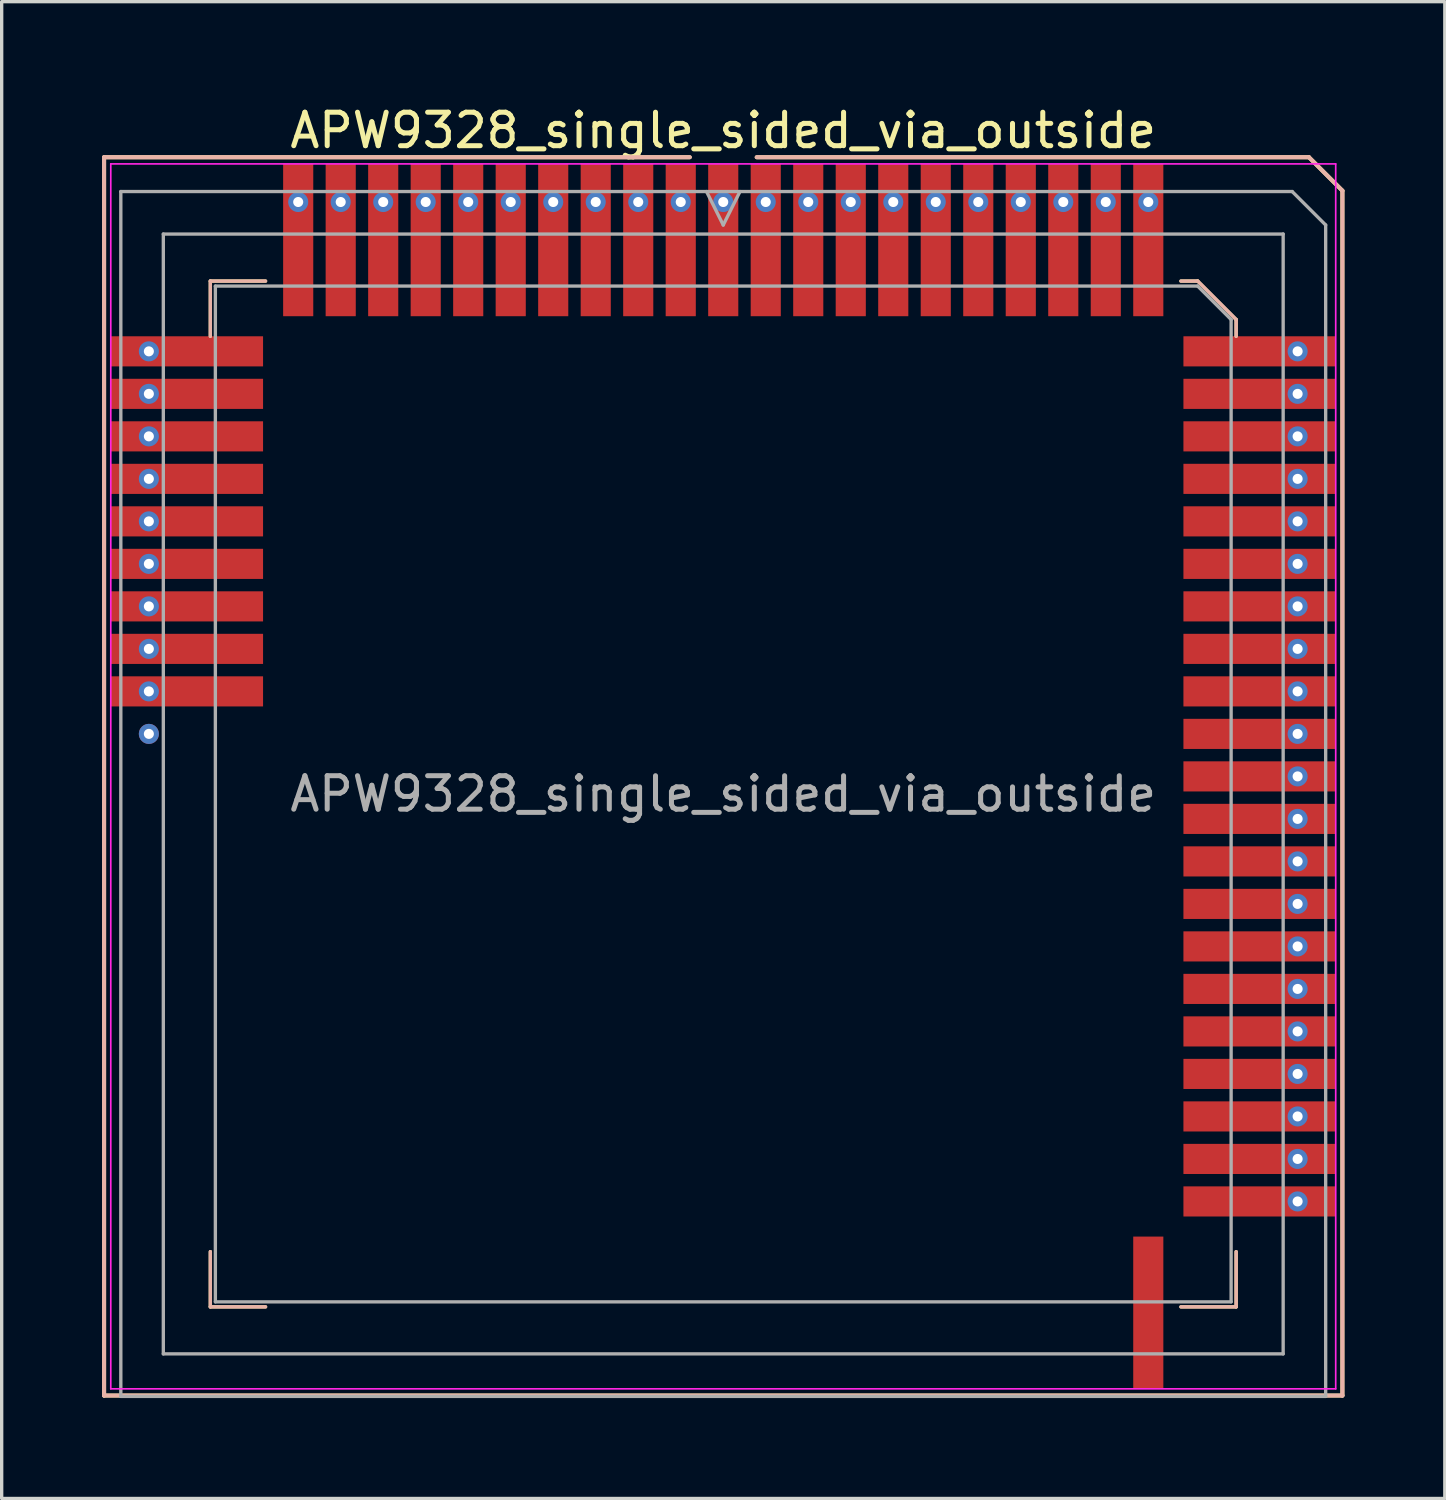
<source format=kicad_pcb>
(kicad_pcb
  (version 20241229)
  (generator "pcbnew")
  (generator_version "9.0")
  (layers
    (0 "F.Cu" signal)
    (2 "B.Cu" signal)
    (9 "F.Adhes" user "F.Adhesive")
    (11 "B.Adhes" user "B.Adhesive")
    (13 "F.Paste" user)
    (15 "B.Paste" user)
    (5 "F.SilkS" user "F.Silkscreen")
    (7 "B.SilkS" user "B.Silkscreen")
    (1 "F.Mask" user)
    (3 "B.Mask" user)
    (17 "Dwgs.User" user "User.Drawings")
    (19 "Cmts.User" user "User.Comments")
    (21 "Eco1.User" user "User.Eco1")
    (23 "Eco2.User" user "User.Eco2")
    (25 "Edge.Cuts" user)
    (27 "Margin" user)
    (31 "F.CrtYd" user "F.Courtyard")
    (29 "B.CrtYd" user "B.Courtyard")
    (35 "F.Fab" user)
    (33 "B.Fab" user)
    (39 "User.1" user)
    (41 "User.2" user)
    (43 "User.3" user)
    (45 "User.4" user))
  (footprint "APW9328_single_sided_via_outside"
    (layer "F.Cu")
    (at 18.56 20.148)
    (property "Reference" "APW9328_single_sided_via_outside" (at 0 -19.3 180) (layer "F.SilkS") (effects (font (size 1 1) (thickness 0.15))))
    (attr smd)
    (fp_line (start -18.5 -18.5) (end -1 -18.5) (stroke (width 0.12) (type solid)) (layer "F.SilkS"))
    (fp_line (start -18.5 18.5) (end -18.5 -18.5) (stroke (width 0.12) (type solid)) (layer "F.SilkS"))
    (fp_line (start -15.325 -14.8) (end -15.325 -13.15) (stroke (width 0.1) (type solid)) (layer "F.SilkS"))
    (fp_line (start -15.325 15.85) (end -15.325 14.2) (stroke (width 0.1) (type solid)) (layer "F.SilkS"))
    (fp_line (start -13.675 -14.8) (end -15.325 -14.8) (stroke (width 0.1) (type solid)) (layer "F.SilkS"))
    (fp_line (start -13.675 15.85) (end -15.325 15.85) (stroke (width 0.1) (type solid)) (layer "F.SilkS"))
    (fp_line (start 1 -18.5) (end 17.5 -18.5) (stroke (width 0.12) (type solid)) (layer "F.SilkS"))
    (fp_line (start 13.675 -14.8) (end 14.175 -14.8) (stroke (width 0.1) (type solid)) (layer "F.SilkS"))
    (fp_line (start 13.675 15.85) (end 15.325 15.85) (stroke (width 0.1) (type solid)) (layer "F.SilkS"))
    (fp_line (start 14.175 -14.8) (end 15.325 -13.65) (stroke (width 0.1) (type solid)) (layer "F.SilkS"))
    (fp_line (start 15.325 -13.65) (end 15.325 -13.15) (stroke (width 0.1) (type solid)) (layer "F.SilkS"))
    (fp_line (start 15.325 15.85) (end 15.325 14.2) (stroke (width 0.1) (type solid)) (layer "F.SilkS"))
    (fp_line (start 17.5 -18.5) (end 18.5 -17.5) (stroke (width 0.12) (type solid)) (layer "F.SilkS"))
    (fp_line (start 18.5 -17.5) (end 18.5 18.5) (stroke (width 0.12) (type solid)) (layer "F.SilkS"))
    (fp_line (start 18.5 18.5) (end -18.5 18.5) (stroke (width 0.12) (type solid)) (layer "F.SilkS"))
    (fp_line (start -18.5 -18.5) (end -1 -18.5) (stroke (width 0.12) (type solid)) (layer "B.SilkS"))
    (fp_line (start -18.5 18.5) (end -18.5 -18.5) (stroke (width 0.12) (type solid)) (layer "B.SilkS"))
    (fp_line (start -15.325 -14.8) (end -15.325 -13.15) (stroke (width 0.1) (type solid)) (layer "B.SilkS"))
    (fp_line (start -15.325 15.85) (end -15.325 14.2) (stroke (width 0.1) (type solid)) (layer "B.SilkS"))
    (fp_line (start -13.675 -14.8) (end -15.325 -14.8) (stroke (width 0.1) (type solid)) (layer "B.SilkS"))
    (fp_line (start -13.675 15.85) (end -15.325 15.85) (stroke (width 0.1) (type solid)) (layer "B.SilkS"))
    (fp_line (start 1 -18.5) (end 17.5 -18.5) (stroke (width 0.12) (type solid)) (layer "B.SilkS"))
    (fp_line (start 13.675 -14.8) (end 14.175 -14.8) (stroke (width 0.1) (type solid)) (layer "B.SilkS"))
    (fp_line (start 13.675 15.85) (end 15.325 15.85) (stroke (width 0.1) (type solid)) (layer "B.SilkS"))
    (fp_line (start 14.175 -14.8) (end 15.325 -13.65) (stroke (width 0.1) (type solid)) (layer "B.SilkS"))
    (fp_line (start 15.325 -13.65) (end 15.325 -13.15) (stroke (width 0.1) (type solid)) (layer "B.SilkS"))
    (fp_line (start 15.325 15.85) (end 15.325 14.2) (stroke (width 0.1) (type solid)) (layer "B.SilkS"))
    (fp_line (start 17.5 -18.5) (end 18.5 -17.5) (stroke (width 0.12) (type solid)) (layer "B.SilkS"))
    (fp_line (start 18.5 -17.5) (end 18.5 18.5) (stroke (width 0.12) (type solid)) (layer "B.SilkS"))
    (fp_line (start 18.5 18.5) (end -18.5 18.5) (stroke (width 0.12) (type solid)) (layer "B.SilkS"))
    (fp_line (start -18.3 -18.3) (end 18.3 -18.3) (stroke (width 0.05) (type solid)) (layer "F.CrtYd"))
    (fp_line (start -18.3 18.3) (end -18.3 -18.3) (stroke (width 0.05) (type solid)) (layer "F.CrtYd"))
    (fp_line (start 18.3 -18.3) (end 18.3 18.3) (stroke (width 0.05) (type solid)) (layer "F.CrtYd"))
    (fp_line (start 18.3 18.3) (end -18.3 18.3) (stroke (width 0.05) (type solid)) (layer "F.CrtYd"))
    (fp_line (start -18 -17.475) (end 17 -17.475) (stroke (width 0.1) (type solid)) (layer "F.Fab"))
    (fp_line (start -18 18.525) (end -18 -17.475) (stroke (width 0.1) (type solid)) (layer "F.Fab"))
    (fp_line (start -16.73 -16.205) (end 16.73 -16.205) (stroke (width 0.1) (type solid)) (layer "F.Fab"))
    (fp_line (start -16.73 17.255) (end -16.73 -16.205) (stroke (width 0.1) (type solid)) (layer "F.Fab"))
    (fp_line (start -15.175 -14.65) (end 14.175 -14.65) (stroke (width 0.1) (type solid)) (layer "F.Fab"))
    (fp_line (start -15.175 15.7) (end -15.175 -14.65) (stroke (width 0.1) (type solid)) (layer "F.Fab"))
    (fp_line (start 0 -16.475) (end -0.5 -17.475) (stroke (width 0.1) (type solid)) (layer "F.Fab"))
    (fp_line (start 0.5 -17.475) (end 0 -16.475) (stroke (width 0.1) (type solid)) (layer "F.Fab"))
    (fp_line (start 14.175 -14.65) (end 15.175 -13.65) (stroke (width 0.1) (type solid)) (layer "F.Fab"))
    (fp_line (start 15.175 -13.65) (end 15.175 15.7) (stroke (width 0.1) (type solid)) (layer "F.Fab"))
    (fp_line (start 15.175 15.7) (end -15.175 15.7) (stroke (width 0.1) (type solid)) (layer "F.Fab"))
    (fp_line (start 16.73 -16.205) (end 16.73 17.255) (stroke (width 0.1) (type solid)) (layer "F.Fab"))
    (fp_line (start 16.73 17.255) (end -16.73 17.255) (stroke (width 0.1) (type solid)) (layer "F.Fab"))
    (fp_line (start 17 -17.475) (end 18 -16.475) (stroke (width 0.1) (type solid)) (layer "F.Fab"))
    (fp_line (start 18 -16.475) (end 18 18.525) (stroke (width 0.1) (type solid)) (layer "F.Fab"))
    (fp_line (start 18 18.525) (end -18 18.525) (stroke (width 0.1) (type solid)) (layer "F.Fab"))
    (fp_text user "${REFERENCE}" (at 0 0.525 180) (layer "F.Fab") (effects (font (size 1 1) (thickness 0.15))))
    (pad "" thru_hole circle (at -17.162 -12.7) (size 0.6 0.6) (drill 0.3) (layers "*.Cu" "*.Mask"))
    (pad "" thru_hole circle (at -17.162 -11.43) (size 0.6 0.6) (drill 0.3) (layers "*.Cu" "*.Mask"))
    (pad "" thru_hole circle (at -17.162 -10.16) (size 0.6 0.6) (drill 0.3) (layers "*.Cu" "*.Mask"))
    (pad "" thru_hole circle (at -17.162 -8.89) (size 0.6 0.6) (drill 0.3) (layers "*.Cu" "*.Mask"))
    (pad "" thru_hole circle (at -17.162 -7.62) (size 0.6 0.6) (drill 0.3) (layers "*.Cu" "*.Mask"))
    (pad "" thru_hole circle (at -17.162 -6.35) (size 0.6 0.6) (drill 0.3) (layers "*.Cu" "*.Mask"))
    (pad "" thru_hole circle (at -17.162 -5.08) (size 0.6 0.6) (drill 0.3) (layers "*.Cu" "*.Mask"))
    (pad "" thru_hole circle (at -17.162 -3.81) (size 0.6 0.6) (drill 0.3) (layers "*.Cu" "*.Mask"))
    (pad "" thru_hole circle (at -17.162 -2.54) (size 0.6 0.6) (drill 0.3) (layers "*.Cu" "*.Mask"))
    (pad "" thru_hole circle (at -17.162 -1.27) (size 0.6 0.6) (drill 0.3) (layers "*.Cu" "*.Mask"))
    (pad "" thru_hole circle (at -12.7 -17.162) (size 0.6 0.6) (drill 0.3) (layers "*.Cu" "*.Mask"))
    (pad "" thru_hole circle (at -11.43 -17.162) (size 0.6 0.6) (drill 0.3) (layers "*.Cu" "*.Mask"))
    (pad "" thru_hole circle (at -10.16 -17.162) (size 0.6 0.6) (drill 0.3) (layers "*.Cu" "*.Mask"))
    (pad "" thru_hole circle (at -8.89 -17.162) (size 0.6 0.6) (drill 0.3) (layers "*.Cu" "*.Mask"))
    (pad "" thru_hole circle (at -7.62 -17.162) (size 0.6 0.6) (drill 0.3) (layers "*.Cu" "*.Mask"))
    (pad "" thru_hole circle (at -6.35 -17.162) (size 0.6 0.6) (drill 0.3) (layers "*.Cu" "*.Mask"))
    (pad "" thru_hole circle (at -5.08 -17.162) (size 0.6 0.6) (drill 0.3) (layers "*.Cu" "*.Mask"))
    (pad "" thru_hole circle (at -3.81 -17.162) (size 0.6 0.6) (drill 0.3) (layers "*.Cu" "*.Mask"))
    (pad "" thru_hole circle (at -2.54 -17.162) (size 0.6 0.6) (drill 0.3) (layers "*.Cu" "*.Mask"))
    (pad "" thru_hole circle (at -1.27 -17.162) (size 0.6 0.6) (drill 0.3) (layers "*.Cu" "*.Mask"))
    (pad "" thru_hole circle (at 0 -17.162) (size 0.6 0.6) (drill 0.3) (layers "*.Cu" "*.Mask"))
    (pad "" thru_hole circle (at 1.27 -17.162) (size 0.6 0.6) (drill 0.3) (layers "*.Cu" "*.Mask"))
    (pad "" thru_hole circle (at 2.54 -17.162) (size 0.6 0.6) (drill 0.3) (layers "*.Cu" "*.Mask"))
    (pad "" thru_hole circle (at 3.81 -17.162) (size 0.6 0.6) (drill 0.3) (layers "*.Cu" "*.Mask"))
    (pad "" thru_hole circle (at 5.08 -17.162) (size 0.6 0.6) (drill 0.3) (layers "*.Cu" "*.Mask"))
    (pad "" thru_hole circle (at 6.35 -17.162) (size 0.6 0.6) (drill 0.3) (layers "*.Cu" "*.Mask"))
    (pad "" thru_hole circle (at 7.62 -17.162) (size 0.6 0.6) (drill 0.3) (layers "*.Cu" "*.Mask"))
    (pad "" thru_hole circle (at 8.89 -17.162) (size 0.6 0.6) (drill 0.3) (layers "*.Cu" "*.Mask"))
    (pad "" thru_hole circle (at 10.16 -17.162) (size 0.6 0.6) (drill 0.3) (layers "*.Cu" "*.Mask"))
    (pad "" thru_hole circle (at 11.43 -17.162) (size 0.6 0.6) (drill 0.3) (layers "*.Cu" "*.Mask"))
    (pad "" thru_hole circle (at 12.7 -17.162) (size 0.6 0.6) (drill 0.3) (layers "*.Cu" "*.Mask"))
    (pad "" thru_hole circle (at 17.162 -12.7) (size 0.6 0.6) (drill 0.3) (layers "*.Cu" "*.Mask"))
    (pad "" thru_hole circle (at 17.162 -11.43) (size 0.6 0.6) (drill 0.3) (layers "*.Cu" "*.Mask"))
    (pad "" thru_hole circle (at 17.162 -10.16) (size 0.6 0.6) (drill 0.3) (layers "*.Cu" "*.Mask"))
    (pad "" thru_hole circle (at 17.162 -8.89) (size 0.6 0.6) (drill 0.3) (layers "*.Cu" "*.Mask"))
    (pad "" thru_hole circle (at 17.162 -7.62) (size 0.6 0.6) (drill 0.3) (layers "*.Cu" "*.Mask"))
    (pad "" thru_hole circle (at 17.162 -6.35) (size 0.6 0.6) (drill 0.3) (layers "*.Cu" "*.Mask"))
    (pad "" thru_hole circle (at 17.162 -5.08) (size 0.6 0.6) (drill 0.3) (layers "*.Cu" "*.Mask"))
    (pad "" thru_hole circle (at 17.162 -3.81) (size 0.6 0.6) (drill 0.3) (layers "*.Cu" "*.Mask"))
    (pad "" thru_hole circle (at 17.162 -2.54) (size 0.6 0.6) (drill 0.3) (layers "*.Cu" "*.Mask"))
    (pad "" thru_hole circle (at 17.162 -1.27) (size 0.6 0.6) (drill 0.3) (layers "*.Cu" "*.Mask"))
    (pad "" thru_hole circle (at 17.162 0) (size 0.6 0.6) (drill 0.3) (layers "*.Cu" "*.Mask"))
    (pad "" thru_hole circle (at 17.162 1.27) (size 0.6 0.6) (drill 0.3) (layers "*.Cu" "*.Mask"))
    (pad "" thru_hole circle (at 17.162 2.54) (size 0.6 0.6) (drill 0.3) (layers "*.Cu" "*.Mask"))
    (pad "" thru_hole circle (at 17.162 3.81) (size 0.6 0.6) (drill 0.3) (layers "*.Cu" "*.Mask"))
    (pad "" thru_hole circle (at 17.162 5.08) (size 0.6 0.6) (drill 0.3) (layers "*.Cu" "*.Mask"))
    (pad "" thru_hole circle (at 17.162 6.35) (size 0.6 0.6) (drill 0.3) (layers "*.Cu" "*.Mask"))
    (pad "" thru_hole circle (at 17.162 7.62) (size 0.6 0.6) (drill 0.3) (layers "*.Cu" "*.Mask"))
    (pad "" thru_hole circle (at 17.162 8.89) (size 0.6 0.6) (drill 0.3) (layers "*.Cu" "*.Mask"))
    (pad "" thru_hole circle (at 17.162 10.16) (size 0.6 0.6) (drill 0.3) (layers "*.Cu" "*.Mask"))
    (pad "" thru_hole circle (at 17.162 11.43) (size 0.6 0.6) (drill 0.3) (layers "*.Cu" "*.Mask"))
    (pad "" thru_hole circle (at 17.162 12.7) (size 0.6 0.6) (drill 0.3) (layers "*.Cu" "*.Mask"))
    (pad "1" smd rect (at 0 -16.025) (size 0.9 4.55) (layers "F.Cu" "F.Mask" "F.Paste"))
    (pad "2" smd rect (at 1.27 -16.025) (size 0.9 4.55) (layers "F.Cu" "F.Mask" "F.Paste"))
    (pad "3" smd rect (at 2.54 -16.025) (size 0.9 4.55) (layers "F.Cu" "F.Mask" "F.Paste"))
    (pad "4" smd rect (at 3.81 -16.025) (size 0.9 4.55) (layers "F.Cu" "F.Mask" "F.Paste"))
    (pad "5" smd rect (at 5.08 -16.025) (size 0.9 4.55) (layers "F.Cu" "F.Mask" "F.Paste"))
    (pad "6" smd rect (at 6.35 -16.025) (size 0.9 4.55) (layers "F.Cu" "F.Mask" "F.Paste"))
    (pad "7" smd rect (at 7.62 -16.025) (size 0.9 4.55) (layers "F.Cu" "F.Mask" "F.Paste"))
    (pad "8" smd rect (at 8.89 -16.025) (size 0.9 4.55) (layers "F.Cu" "F.Mask" "F.Paste"))
    (pad "9" smd rect (at 10.16 -16.025) (size 0.9 4.55) (layers "F.Cu" "F.Mask" "F.Paste"))
    (pad "10" smd rect (at 11.43 -16.025) (size 0.9 4.55) (layers "F.Cu" "F.Mask" "F.Paste"))
    (pad "11" smd rect (at 12.7 -16.025) (size 0.9 4.55) (layers "F.Cu" "F.Mask" "F.Paste"))
    (pad "12" smd rect (at 16.025 -12.7) (size 4.55 0.9) (layers "F.Cu" "F.Mask" "F.Paste"))
    (pad "13" smd rect (at 16.025 -11.43) (size 4.55 0.9) (layers "F.Cu" "F.Mask" "F.Paste"))
    (pad "14" smd rect (at 16.025 -10.16) (size 4.55 0.9) (layers "F.Cu" "F.Mask" "F.Paste"))
    (pad "15" smd rect (at 16.025 -8.89) (size 4.55 0.9) (layers "F.Cu" "F.Mask" "F.Paste"))
    (pad "16" smd rect (at 16.025 -7.62) (size 4.55 0.9) (layers "F.Cu" "F.Mask" "F.Paste"))
    (pad "17" smd rect (at 16.025 -6.35) (size 4.55 0.9) (layers "F.Cu" "F.Mask" "F.Paste"))
    (pad "18" smd rect (at 16.025 -5.08) (size 4.55 0.9) (layers "F.Cu" "F.Mask" "F.Paste"))
    (pad "19" smd rect (at 16.025 -3.81) (size 4.55 0.9) (layers "F.Cu" "F.Mask" "F.Paste"))
    (pad "20" smd rect (at 16.025 -2.54) (size 4.55 0.9) (layers "F.Cu" "F.Mask" "F.Paste"))
    (pad "21" smd rect (at 16.025 -1.27) (size 4.55 0.9) (layers "F.Cu" "F.Mask" "F.Paste"))
    (pad "22" smd rect (at 16.025 0) (size 4.55 0.9) (layers "F.Cu" "F.Mask" "F.Paste"))
    (pad "23" smd rect (at 16.025 1.27) (size 4.55 0.9) (layers "F.Cu" "F.Mask" "F.Paste"))
    (pad "24" smd rect (at 16.025 2.54) (size 4.55 0.9) (layers "F.Cu" "F.Mask" "F.Paste"))
    (pad "25" smd rect (at 16.025 3.81) (size 4.55 0.9) (layers "F.Cu" "F.Mask" "F.Paste"))
    (pad "26" smd rect (at 16.025 5.08) (size 4.55 0.9) (layers "F.Cu" "F.Mask" "F.Paste"))
    (pad "27" smd rect (at 16.025 6.35) (size 4.55 0.9) (layers "F.Cu" "F.Mask" "F.Paste"))
    (pad "28" smd rect (at 16.025 7.62) (size 4.55 0.9) (layers "F.Cu" "F.Mask" "F.Paste"))
    (pad "29" smd rect (at 16.025 8.89) (size 4.55 0.9) (layers "F.Cu" "F.Mask" "F.Paste"))
    (pad "30" smd rect (at 16.025 10.16) (size 4.55 0.9) (layers "F.Cu" "F.Mask" "F.Paste"))
    (pad "31" smd rect (at 16.025 11.43) (size 4.55 0.9) (layers "F.Cu" "F.Mask" "F.Paste"))
    (pad "32" smd rect (at 16.025 12.7) (size 4.55 0.9) (layers "F.Cu" "F.Mask" "F.Paste"))
    (pad "33" smd rect (at 12.7 16.025) (size 0.9 4.55) (layers "F.Cu" "F.Mask" "F.Paste"))
    (pad "66" smd rect (at -16.025 -2.54) (size 4.55 0.9) (layers "F.Cu" "F.Mask" "F.Paste"))
    (pad "67" smd rect (at -16.025 -3.81) (size 4.55 0.9) (layers "F.Cu" "F.Mask" "F.Paste"))
    (pad "68" smd rect (at -16.025 -5.08) (size 4.55 0.9) (layers "F.Cu" "F.Mask" "F.Paste"))
    (pad "69" smd rect (at -16.025 -6.35) (size 4.55 0.9) (layers "F.Cu" "F.Mask" "F.Paste"))
    (pad "70" smd rect (at -16.025 -7.62) (size 4.55 0.9) (layers "F.Cu" "F.Mask" "F.Paste"))
    (pad "71" smd rect (at -16.025 -8.89) (size 4.55 0.9) (layers "F.Cu" "F.Mask" "F.Paste"))
    (pad "72" smd rect (at -16.025 -10.16) (size 4.55 0.9) (layers "F.Cu" "F.Mask" "F.Paste"))
    (pad "73" smd rect (at -16.025 -11.43) (size 4.55 0.9) (layers "F.Cu" "F.Mask" "F.Paste"))
    (pad "74" smd rect (at -16.025 -12.7) (size 4.55 0.9) (layers "F.Cu" "F.Mask" "F.Paste"))
    (pad "75" smd rect (at -12.7 -16.025) (size 0.9 4.55) (layers "F.Cu" "F.Mask" "F.Paste"))
    (pad "76" smd rect (at -11.43 -16.025) (size 0.9 4.55) (layers "F.Cu" "F.Mask" "F.Paste"))
    (pad "77" smd rect (at -10.16 -16.025) (size 0.9 4.55) (layers "F.Cu" "F.Mask" "F.Paste"))
    (pad "78" smd rect (at -8.89 -16.025) (size 0.9 4.55) (layers "F.Cu" "F.Mask" "F.Paste"))
    (pad "79" smd rect (at -7.62 -16.025) (size 0.9 4.55) (layers "F.Cu" "F.Mask" "F.Paste"))
    (pad "80" smd rect (at -6.35 -16.025) (size 0.9 4.55) (layers "F.Cu" "F.Mask" "F.Paste"))
    (pad "81" smd rect (at -5.08 -16.025) (size 0.9 4.55) (layers "F.Cu" "F.Mask" "F.Paste"))
    (pad "82" smd rect (at -3.81 -16.025) (size 0.9 4.55) (layers "F.Cu" "F.Mask" "F.Paste"))
    (pad "83" smd rect (at -2.54 -16.025) (size 0.9 4.55) (layers "F.Cu" "F.Mask" "F.Paste"))
    (pad "84" smd rect (at -1.27 -16.025) (size 0.9 4.55) (layers "F.Cu" "F.Mask" "F.Paste")))
  (gr_rect
    (start -3 -3)
    (end 40.12 41.723)
    (stroke (width 0.1) (type default))
    (fill no)
    (layer "Edge.Cuts")))
</source>
